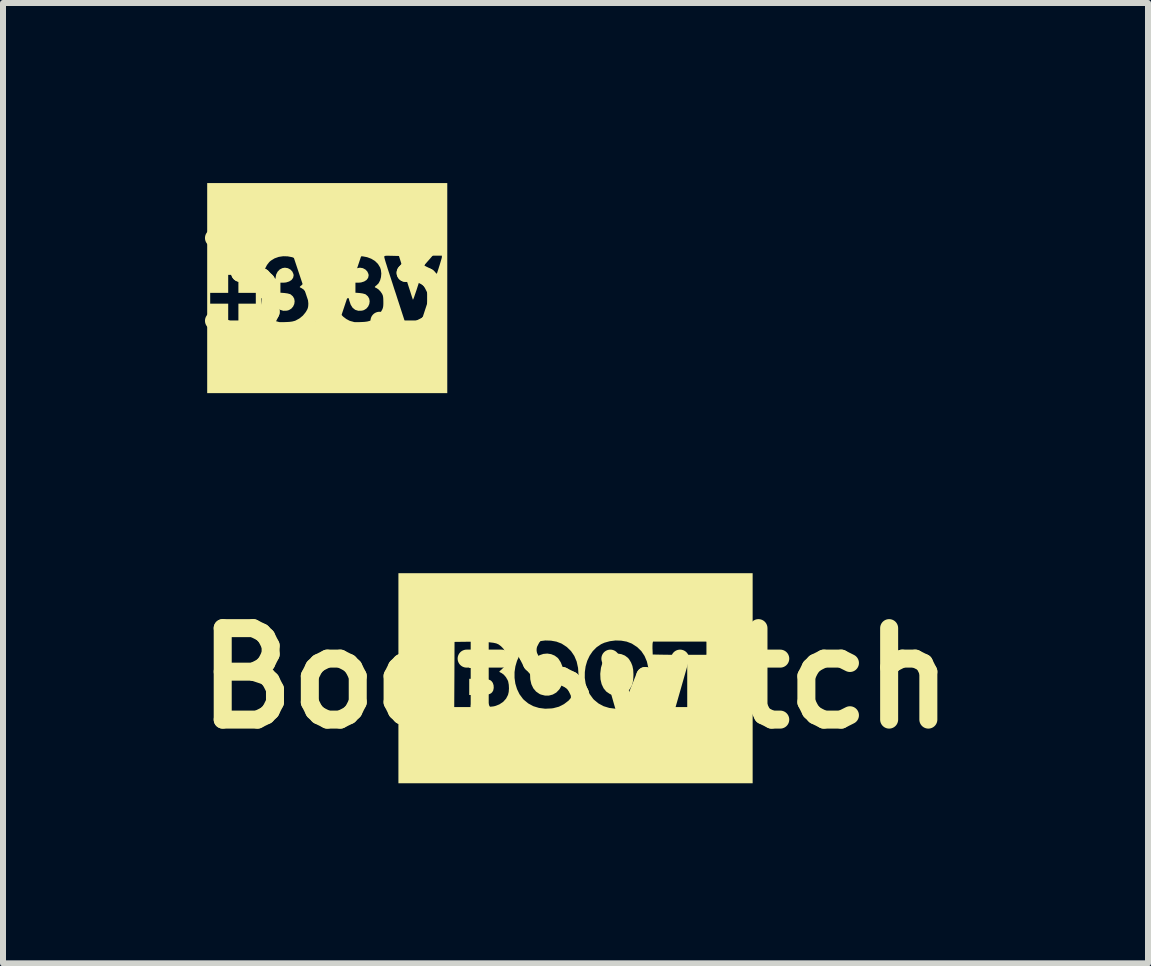
<source format=kicad_pcb>
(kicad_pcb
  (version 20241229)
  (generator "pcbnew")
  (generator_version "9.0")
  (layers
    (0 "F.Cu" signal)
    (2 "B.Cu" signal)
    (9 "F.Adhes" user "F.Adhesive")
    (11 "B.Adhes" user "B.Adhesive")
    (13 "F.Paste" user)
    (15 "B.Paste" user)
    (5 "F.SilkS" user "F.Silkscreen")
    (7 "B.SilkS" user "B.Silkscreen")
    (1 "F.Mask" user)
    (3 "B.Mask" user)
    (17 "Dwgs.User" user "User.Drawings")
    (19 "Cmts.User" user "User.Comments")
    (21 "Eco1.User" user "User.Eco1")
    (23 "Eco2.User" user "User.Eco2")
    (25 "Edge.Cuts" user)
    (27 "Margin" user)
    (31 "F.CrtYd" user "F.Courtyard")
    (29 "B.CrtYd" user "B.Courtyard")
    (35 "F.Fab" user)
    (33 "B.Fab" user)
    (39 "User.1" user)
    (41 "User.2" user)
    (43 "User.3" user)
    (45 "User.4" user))
  (footprint "3V3"
    (layer "F.Cu")
    (at 2.402 1.75)
    (property "Reference" "3V3" (at 0 0 0) (layer "F.SilkS") (effects (font (size 1.524 1.524) (thickness 0.3))))
    (attr board_only exclude_from_pos_files exclude_from_bom)
    (fp_poly (pts (xy 2 1.75) (xy -2 1.75) (xy -2 0.08) (xy -1.95 0.08) (xy -1.95 0.26) (xy -1.65 0.26) (xy -1.65 0.55) (xy -1.48 0.55) (xy -1.48 0.26) (xy -1.19 0.26) (xy -1.19 0.17) (xy -1.102 0.17) (xy -1.096 0.228) (xy -1.081 0.311) (xy -1.058 0.378) (xy -1.026 0.432) (xy -0.983 0.477) (xy -0.931 0.516) (xy -0.878 0.544) (xy -0.856 0.551) (xy -0.828 0.558) (xy -0.808 0.564) (xy -0.805 0.565) (xy -0.791 0.567) (xy -0.762 0.567) (xy -0.723 0.567) (xy -0.69 0.566) (xy -0.63 0.563) (xy -0.584 0.557) (xy -0.545 0.547) (xy -0.528 0.541) (xy -0.465 0.507) (xy -0.406 0.459) (xy -0.358 0.4) (xy -0.345 0.378) (xy -0.33 0.351) (xy -0.322 0.327) (xy -0.317 0.3) (xy -0.317 0.3) (xy -0.2 0.3) (xy -0.2 0.55) (xy 0.04 0.55) (xy 0.04 0.3) (xy -0.2 0.3) (xy -0.317 0.3) (xy -0.315 0.264) (xy -0.315 0.23) (xy -0.316 0.181) (xy -0.317 0.17) (xy 0.148 0.17) (xy 0.154 0.228) (xy 0.169 0.311) (xy 0.192 0.378) (xy 0.224 0.432) (xy 0.267 0.477) (xy 0.319 0.516) (xy 0.372 0.544) (xy 0.394 0.551) (xy 0.422 0.558) (xy 0.442 0.564) (xy 0.445 0.565) (xy 0.459 0.567) (xy 0.488 0.567) (xy 0.527 0.567) (xy 0.56 0.566) (xy 0.62 0.563) (xy 0.666 0.557) (xy 0.705 0.547) (xy 0.722 0.541) (xy 0.785 0.507) (xy 0.844 0.459) (xy 0.892 0.4) (xy 0.905 0.378) (xy 0.92 0.351) (xy 0.928 0.327) (xy 0.933 0.3) (xy 0.935 0.264) (xy 0.935 0.23) (xy 0.934 0.181) (xy 0.931 0.146) (xy 0.925 0.12) (xy 0.914 0.096) (xy 0.913 0.094) (xy 0.886 0.055) (xy 0.853 0.021) (xy 0.819 -0.001) (xy 0.81 -0.005) (xy 0.794 -0.013) (xy 0.794 -0.023) (xy 0.811 -0.039) (xy 0.82 -0.045) (xy 0.855 -0.079) (xy 0.88 -0.126) (xy 0.896 -0.183) (xy 0.901 -0.243) (xy 0.894 -0.303) (xy 0.881 -0.344) (xy 0.845 -0.403) (xy 0.795 -0.452) (xy 0.734 -0.489) (xy 0.665 -0.515) (xy 0.639 -0.52) (xy 0.95 -0.52) (xy 0.953 -0.505) (xy 0.961 -0.474) (xy 0.974 -0.43) (xy 0.991 -0.377) (xy 1.009 -0.318) (xy 1.014 -0.303) (xy 1.034 -0.242) (xy 1.058 -0.168) (xy 1.086 -0.082) (xy 1.115 0.009) (xy 1.146 0.102) (xy 1.175 0.193) (xy 1.185 0.223) (xy 1.291 0.55) (xy 1.569 0.55) (xy 1.739 0.031) (xy 1.772 -0.067) (xy 1.802 -0.16) (xy 1.829 -0.247) (xy 1.854 -0.324) (xy 1.875 -0.391) (xy 1.891 -0.445) (xy 1.903 -0.485) (xy 1.909 -0.509) (xy 1.91 -0.514) (xy 1.91 -0.54) (xy 1.671 -0.54) (xy 1.605 -0.333) (xy 1.568 -0.217) (xy 1.537 -0.12) (xy 1.51 -0.038) (xy 1.489 0.028) (xy 1.471 0.081) (xy 1.457 0.122) (xy 1.447 0.152) (xy 1.439 0.172) (xy 1.433 0.185) (xy 1.43 0.191) (xy 1.427 0.192) (xy 1.426 0.19) (xy 1.422 0.177) (xy 1.412 0.148) (xy 1.398 0.104) (xy 1.38 0.047) (xy 1.358 -0.02) (xy 1.334 -0.095) (xy 1.309 -0.175) (xy 1.307 -0.18) (xy 1.195 -0.535) (xy 1.072 -0.538) (xy 1.021 -0.539) (xy 0.987 -0.539) (xy 0.966 -0.537) (xy 0.955 -0.533) (xy 0.951 -0.527) (xy 0.95 -0.52) (xy 0.639 -0.52) (xy 0.591 -0.529) (xy 0.516 -0.531) (xy 0.442 -0.52) (xy 0.372 -0.495) (xy 0.31 -0.457) (xy 0.285 -0.435) (xy 0.246 -0.385) (xy 0.214 -0.323) (xy 0.192 -0.256) (xy 0.184 -0.212) (xy 0.177 -0.15) (xy 0.284 -0.15) (xy 0.331 -0.15) (xy 0.361 -0.151) (xy 0.379 -0.154) (xy 0.387 -0.159) (xy 0.39 -0.167) (xy 0.39 -0.174) (xy 0.399 -0.226) (xy 0.423 -0.273) (xy 0.458 -0.31) (xy 0.503 -0.333) (xy 0.545 -0.34) (xy 0.594 -0.332) (xy 0.637 -0.309) (xy 0.669 -0.275) (xy 0.687 -0.234) (xy 0.69 -0.21) (xy 0.681 -0.17) (xy 0.655 -0.135) (xy 0.615 -0.11) (xy 0.564 -0.094) (xy 0.522 -0.09) (xy 0.47 -0.09) (xy 0.47 0.077) (xy 0.539 0.082) (xy 0.589 0.089) (xy 0.629 0.1) (xy 0.642 0.106) (xy 0.678 0.138) (xy 0.7 0.177) (xy 0.707 0.221) (xy 0.701 0.265) (xy 0.682 0.307) (xy 0.652 0.342) (xy 0.611 0.367) (xy 0.578 0.376) (xy 0.517 0.378) (xy 0.466 0.362) (xy 0.423 0.328) (xy 0.391 0.277) (xy 0.368 0.209) (xy 0.365 0.198) (xy 0.36 0.17) (xy 0.148 0.17) (xy -0.317 0.17) (xy -0.319 0.146) (xy -0.325 0.12) (xy -0.336 0.096) (xy -0.337 0.094) (xy -0.364 0.055) (xy -0.397 0.021) (xy -0.431 -0.001) (xy -0.44 -0.005) (xy -0.456 -0.013) (xy -0.456 -0.023) (xy -0.439 -0.039) (xy -0.43 -0.045) (xy -0.395 -0.079) (xy -0.37 -0.126) (xy -0.354 -0.183) (xy -0.349 -0.243) (xy -0.356 -0.303) (xy -0.369 -0.344) (xy -0.405 -0.403) (xy -0.455 -0.452) (xy -0.516 -0.489) (xy -0.585 -0.515) (xy -0.659 -0.529) (xy -0.734 -0.531) (xy -0.808 -0.52) (xy -0.878 -0.495) (xy -0.94 -0.457) (xy -0.965 -0.435) (xy -1.004 -0.385) (xy -1.036 -0.323) (xy -1.058 -0.256) (xy -1.066 -0.212) (xy -1.073 -0.15) (xy -0.966 -0.15) (xy -0.919 -0.15) (xy -0.889 -0.151) (xy -0.871 -0.154) (xy -0.863 -0.159) (xy -0.86 -0.167) (xy -0.86 -0.174) (xy -0.851 -0.226) (xy -0.827 -0.273) (xy -0.792 -0.31) (xy -0.747 -0.333) (xy -0.705 -0.34) (xy -0.656 -0.332) (xy -0.613 -0.309) (xy -0.581 -0.275) (xy -0.563 -0.234) (xy -0.56 -0.21) (xy -0.569 -0.17) (xy -0.595 -0.135) (xy -0.635 -0.11) (xy -0.686 -0.094) (xy -0.728 -0.09) (xy -0.78 -0.09) (xy -0.78 0.077) (xy -0.711 0.082) (xy -0.661 0.089) (xy -0.621 0.1) (xy -0.608 0.106) (xy -0.572 0.138) (xy -0.55 0.177) (xy -0.543 0.221) (xy -0.549 0.265) (xy -0.568 0.307) (xy -0.598 0.342) (xy -0.639 0.367) (xy -0.672 0.376) (xy -0.733 0.378) (xy -0.784 0.362) (xy -0.827 0.328) (xy -0.859 0.277) (xy -0.882 0.209) (xy -0.885 0.198) (xy -0.89 0.17) (xy -1.102 0.17) (xy -1.19 0.17) (xy -1.19 0.08) (xy -1.48 0.08) (xy -1.48 -0.22) (xy -1.65 -0.22) (xy -1.65 0.08) (xy -1.95 0.08) (xy -2 0.08) (xy -2 -1.75) (xy 2 -1.75)) (stroke (width 0) (type solid)) (fill yes) (layer "F.SilkS")))
  (footprint "BootSwitch"
    (layer "F.Cu")
    (at 6.539 8.25)
    (property "Reference" "BootSwitch" (at 0 0 0) (layer "F.SilkS") (effects (font (size 1.524 1.524) (thickness 0.3))))
    (attr board_only exclude_from_pos_files exclude_from_bom)
    (fp_poly (pts (xy -1.561 -0.399) (xy -1.504 -0.393) (xy -1.463 -0.383) (xy -1.434 -0.368) (xy -1.417 -0.345) (xy -1.409 -0.313) (xy -1.407 -0.282) (xy -1.411 -0.247) (xy -1.426 -0.221) (xy -1.432 -0.214) (xy -1.454 -0.197) (xy -1.481 -0.185) (xy -1.518 -0.177) (xy -1.568 -0.172) (xy -1.633 -0.17) (xy -1.653 -0.17) (xy -1.771 -0.17) (xy -1.771 -0.4) (xy -1.635 -0.4)) (stroke (width 0) (type solid)) (fill yes) (layer "F.SilkS"))
    (fp_poly (pts (xy -1.547 0.011) (xy -1.493 0.014) (xy -1.452 0.021) (xy -1.423 0.031) (xy -1.401 0.047) (xy -1.384 0.069) (xy -1.377 0.081) (xy -1.365 0.119) (xy -1.363 0.162) (xy -1.371 0.203) (xy -1.387 0.231) (xy -1.405 0.249) (xy -1.428 0.262) (xy -1.457 0.271) (xy -1.496 0.276) (xy -1.549 0.279) (xy -1.619 0.28) (xy -1.62 0.28) (xy -1.771 0.28) (xy -1.771 0.01) (xy -1.618 0.01)) (stroke (width 0) (type solid)) (fill yes) (layer "F.SilkS"))
    (fp_poly (pts (xy -0.406 -0.401) (xy -0.348 -0.377) (xy -0.298 -0.34) (xy -0.28 -0.318) (xy -0.245 -0.262) (xy -0.222 -0.204) (xy -0.21 -0.139) (xy -0.206 -0.06) (xy -0.208 0.013) (xy -0.217 0.072) (xy -0.234 0.123) (xy -0.26 0.171) (xy -0.274 0.191) (xy -0.321 0.239) (xy -0.379 0.272) (xy -0.443 0.289) (xy -0.51 0.289) (xy -0.577 0.272) (xy -0.6 0.262) (xy -0.658 0.222) (xy -0.704 0.167) (xy -0.736 0.099) (xy -0.754 0.019) (xy -0.758 -0.071) (xy -0.758 -0.084) (xy -0.746 -0.175) (xy -0.723 -0.251) (xy -0.687 -0.312) (xy -0.639 -0.36) (xy -0.598 -0.384) (xy -0.536 -0.405) (xy -0.471 -0.411)) (stroke (width 0) (type solid)) (fill yes) (layer "F.SilkS"))
    (fp_poly (pts (xy 0.764 -0.401) (xy 0.823 -0.377) (xy 0.872 -0.34) (xy 0.891 -0.318) (xy 0.925 -0.262) (xy 0.948 -0.204) (xy 0.961 -0.139) (xy 0.965 -0.06) (xy 0.962 0.013) (xy 0.953 0.072) (xy 0.937 0.123) (xy 0.91 0.171) (xy 0.896 0.191) (xy 0.849 0.239) (xy 0.792 0.272) (xy 0.728 0.289) (xy 0.66 0.289) (xy 0.593 0.272) (xy 0.571 0.262) (xy 0.512 0.222) (xy 0.467 0.167) (xy 0.435 0.099) (xy 0.416 0.019) (xy 0.412 -0.071) (xy 0.413 -0.084) (xy 0.424 -0.175) (xy 0.447 -0.251) (xy 0.483 -0.312) (xy 0.532 -0.36) (xy 0.572 -0.384) (xy 0.634 -0.405) (xy 0.7 -0.411)) (stroke (width 0) (type solid)) (fill yes) (layer "F.SilkS"))
    (fp_poly (pts (xy 2.951 1.75) (xy -2.951 1.75) (xy -2.951 0.48) (xy -2.021 0.48) (xy -1.713 0.48) (xy -1.62 0.48) (xy -1.544 0.479) (xy -1.484 0.478) (xy -1.437 0.476) (xy -1.4 0.473) (xy -1.371 0.47) (xy -1.349 0.465) (xy -1.345 0.465) (xy -1.269 0.436) (xy -1.206 0.394) (xy -1.157 0.34) (xy -1.125 0.278) (xy -1.113 0.228) (xy -1.109 0.169) (xy -1.112 0.109) (xy -1.122 0.055) (xy -1.131 0.032) (xy -1.153 -0.006) (xy -1.016 -0.006) (xy -1.003 0.089) (xy -0.975 0.181) (xy -0.934 0.266) (xy -0.877 0.343) (xy -0.862 0.359) (xy -0.788 0.42) (xy -0.703 0.466) (xy -0.609 0.495) (xy -0.506 0.508) (xy -0.398 0.503) (xy -0.37 0.499) (xy -0.278 0.475) (xy -0.193 0.432) (xy -0.117 0.374) (xy -0.054 0.302) (xy -0.018 0.244) (xy 0.013 0.179) (xy 0.033 0.118) (xy 0.045 0.052) (xy 0.049 -0.006) (xy 0.154 -0.006) (xy 0.168 0.089) (xy 0.195 0.181) (xy 0.237 0.266) (xy 0.293 0.343) (xy 0.308 0.359) (xy 0.382 0.42) (xy 0.467 0.466) (xy 0.562 0.495) (xy 0.664 0.508) (xy 0.772 0.503) (xy 0.8 0.499) (xy 0.892 0.475) (xy 0.977 0.432) (xy 1.053 0.374) (xy 1.116 0.302) (xy 1.153 0.244) (xy 1.183 0.179) (xy 1.203 0.118) (xy 1.215 0.052) (xy 1.22 -0.023) (xy 1.22 -0.055) (xy 1.213 -0.172) (xy 1.189 -0.278) (xy 1.15 -0.371) (xy 1.096 -0.452) (xy 1.026 -0.52) (xy 1.005 -0.533) (xy 1.282 -0.533) (xy 1.282 -0.492) (xy 1.283 -0.48) (xy 1.286 -0.395) (xy 1.448 -0.392) (xy 1.611 -0.39) (xy 1.611 0.48) (xy 1.861 0.48) (xy 1.861 -0.39) (xy 2.181 -0.39) (xy 2.181 -0.61) (xy 1.291 -0.61) (xy 1.285 -0.588) (xy 1.283 -0.567) (xy 1.282 -0.533) (xy 1.005 -0.533) (xy 0.941 -0.575) (xy 0.933 -0.579) (xy 0.852 -0.61) (xy 0.761 -0.626) (xy 0.666 -0.629) (xy 0.572 -0.617) (xy 0.482 -0.592) (xy 0.426 -0.567) (xy 0.351 -0.516) (xy 0.287 -0.451) (xy 0.235 -0.375) (xy 0.195 -0.29) (xy 0.168 -0.198) (xy 0.155 -0.103) (xy 0.154 -0.006) (xy 0.049 -0.006) (xy 0.05 -0.023) (xy 0.05 -0.055) (xy 0.042 -0.172) (xy 0.019 -0.278) (xy -0.02 -0.371) (xy -0.075 -0.452) (xy -0.145 -0.52) (xy -0.229 -0.575) (xy -0.237 -0.579) (xy -0.319 -0.61) (xy -0.409 -0.626) (xy -0.504 -0.629) (xy -0.599 -0.617) (xy -0.689 -0.592) (xy -0.744 -0.567) (xy -0.82 -0.516) (xy -0.884 -0.451) (xy -0.936 -0.375) (xy -0.975 -0.29) (xy -1.002 -0.198) (xy -1.016 -0.103) (xy -1.016 -0.006) (xy -1.153 -0.006) (xy -1.159 -0.017) (xy -1.195 -0.059) (xy -1.234 -0.087) (xy -1.242 -0.091) (xy -1.262 -0.101) (xy -1.27 -0.109) (xy -1.27 -0.109) (xy -1.263 -0.118) (xy -1.245 -0.135) (xy -1.234 -0.144) (xy -1.199 -0.18) (xy -1.176 -0.225) (xy -1.164 -0.282) (xy -1.161 -0.335) (xy -1.164 -0.393) (xy -1.172 -0.436) (xy -1.179 -0.456) (xy -1.204 -0.494) (xy -1.241 -0.532) (xy -1.282 -0.563) (xy -1.32 -0.58) (xy -1.371 -0.591) (xy -1.441 -0.599) (xy -1.529 -0.605) (xy -1.635 -0.608) (xy -1.758 -0.608) (xy -1.781 -0.608) (xy -2.016 -0.605) (xy -2.018 -0.062) (xy -2.021 0.48) (xy -2.951 0.48) (xy -2.951 -1.75) (xy 2.951 -1.75)) (stroke (width 0) (type solid)) (fill yes) (layer "F.SilkS")))
  (gr_rect
    (start -3 -3)
    (end 16.077 13)
    (stroke (width 0.1) (type default))
    (fill no)
    (layer "Edge.Cuts")))
</source>
